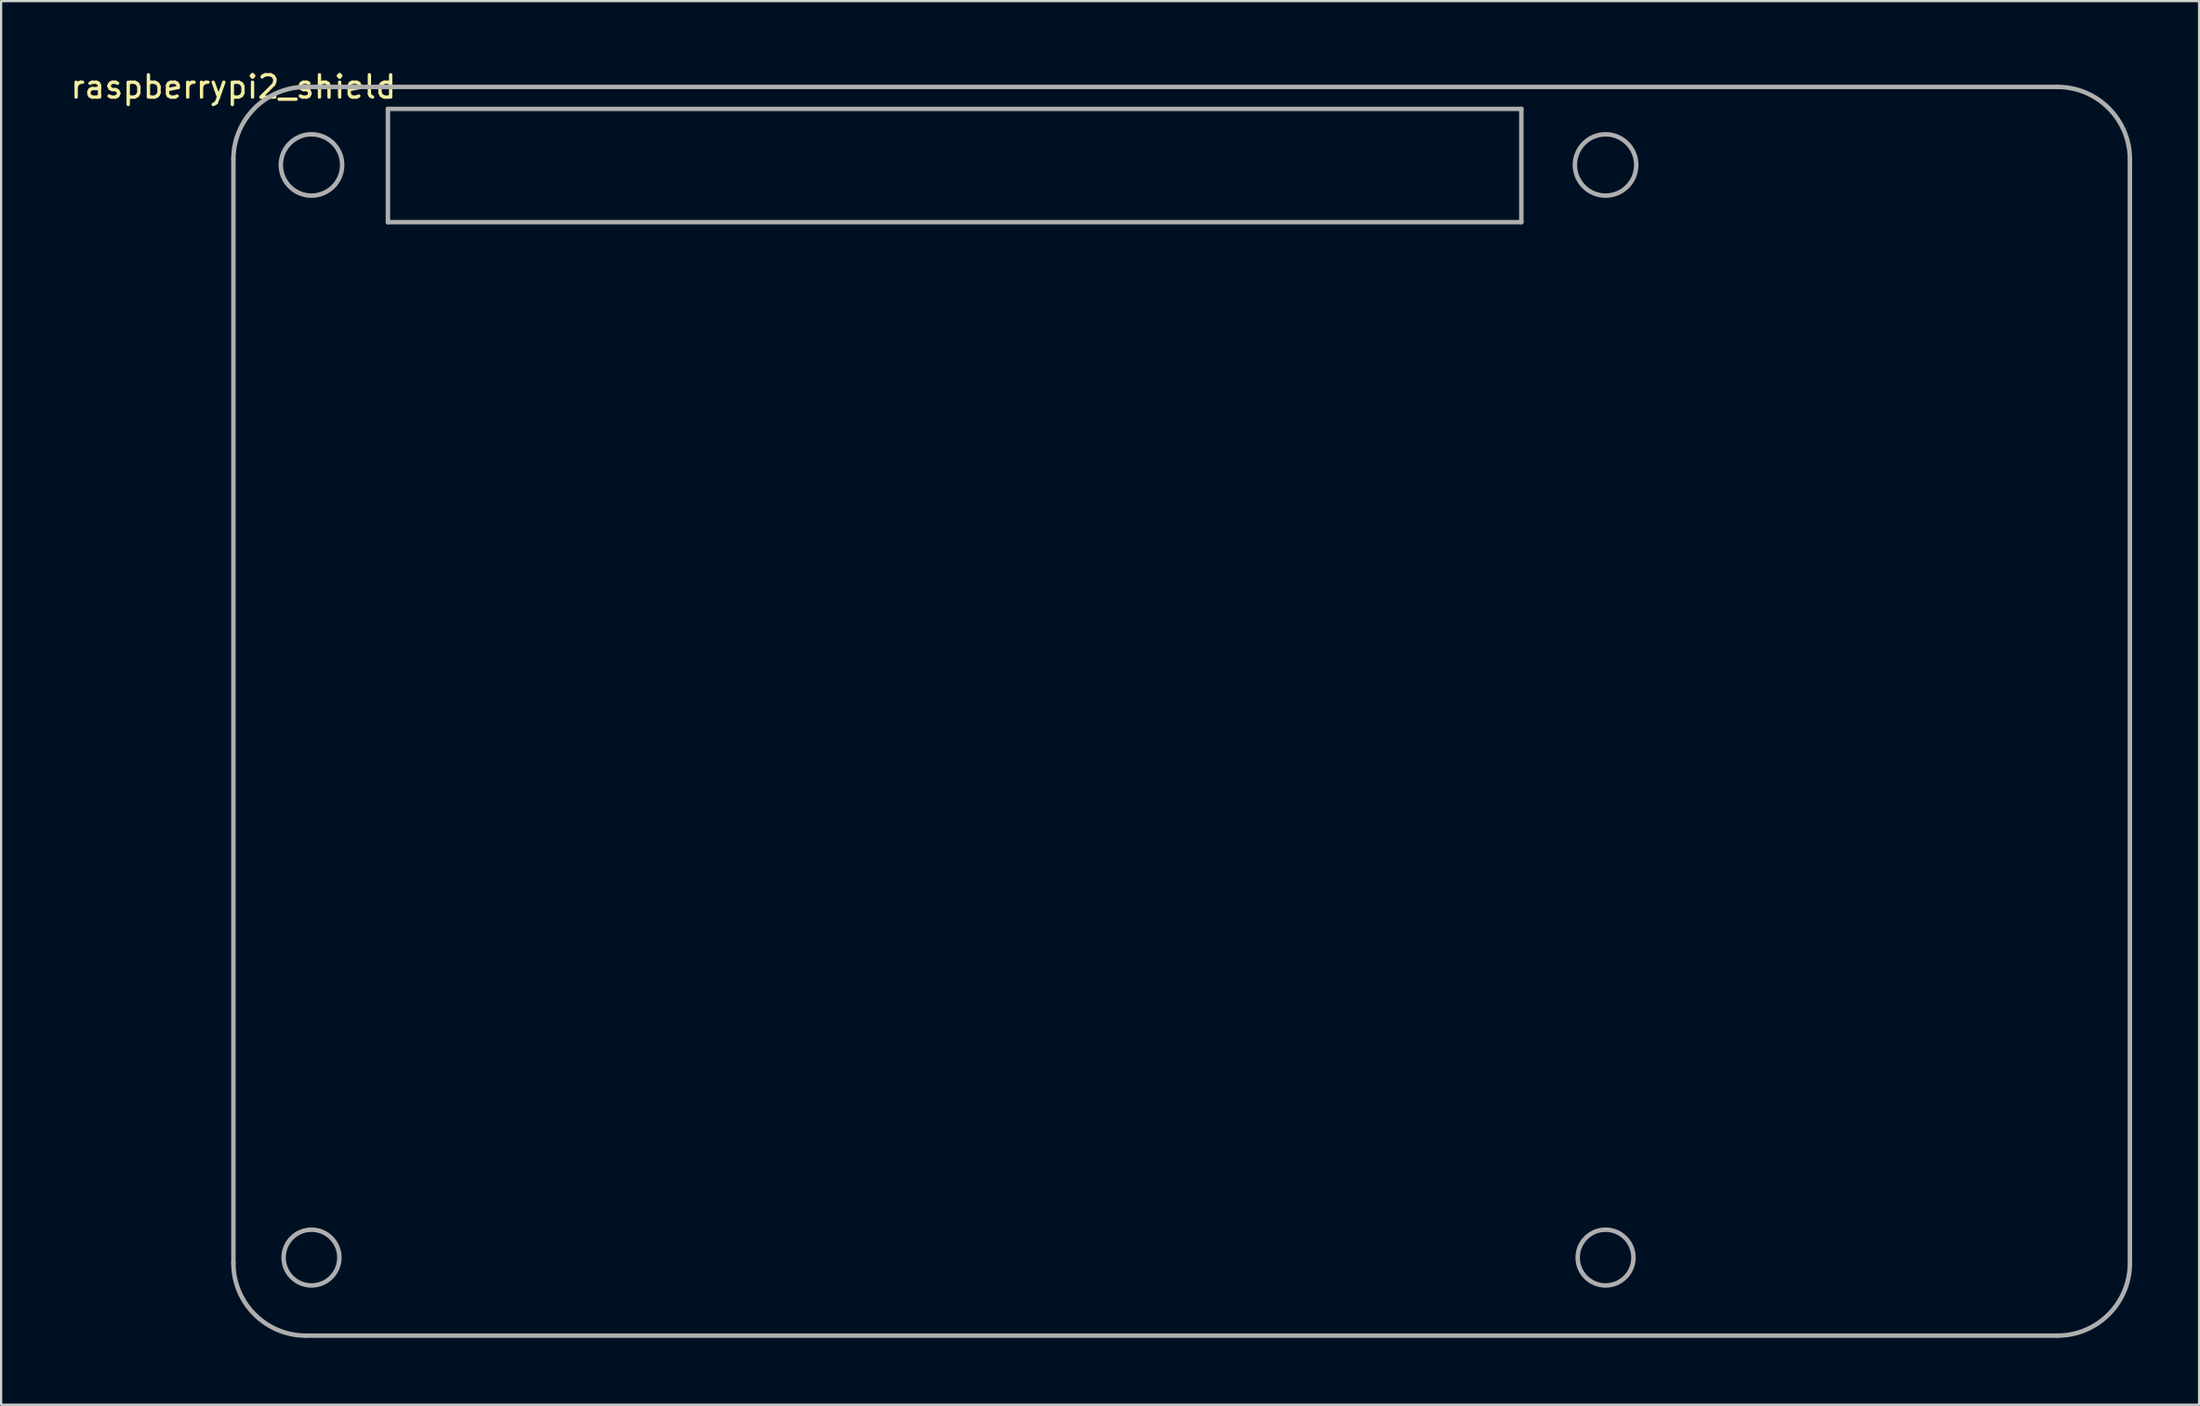
<source format=kicad_pcb>
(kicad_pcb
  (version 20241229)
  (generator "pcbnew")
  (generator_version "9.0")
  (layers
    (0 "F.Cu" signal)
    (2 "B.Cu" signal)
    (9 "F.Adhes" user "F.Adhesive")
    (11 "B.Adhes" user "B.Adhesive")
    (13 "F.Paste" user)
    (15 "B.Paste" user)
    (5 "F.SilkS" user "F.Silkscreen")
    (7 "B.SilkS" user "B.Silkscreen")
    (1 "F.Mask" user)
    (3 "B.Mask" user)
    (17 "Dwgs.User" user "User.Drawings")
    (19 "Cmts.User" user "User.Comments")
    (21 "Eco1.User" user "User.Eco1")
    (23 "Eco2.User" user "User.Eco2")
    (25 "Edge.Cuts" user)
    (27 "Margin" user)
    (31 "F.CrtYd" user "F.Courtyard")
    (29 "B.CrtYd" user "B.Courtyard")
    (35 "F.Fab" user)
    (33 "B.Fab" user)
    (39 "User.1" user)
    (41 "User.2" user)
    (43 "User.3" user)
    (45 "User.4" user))
  (footprint "raspberrypi2_shield"
    (layer "F.Cu")
    (at 7.411 0.848)
    (property "Reference" "raspberrypi2_shield" (at 0 0 0) (layer "F.SilkS") (effects (font (size 1 1) (thickness 0.15))))
    (attr through_hole)
    (fp_line (start 0 52.75) (end 0 3.25) (stroke (width 0.2) (type solid)) (layer "F.Fab"))
    (fp_line (start 6.925 0.985) (end 57.725 0.985) (stroke (width 0.2) (type solid)) (layer "F.Fab"))
    (fp_line (start 6.925 6.065) (end 6.925 0.985) (stroke (width 0.2) (type solid)) (layer "F.Fab"))
    (fp_line (start 57.725 0.985) (end 57.725 6.065) (stroke (width 0.2) (type solid)) (layer "F.Fab"))
    (fp_line (start 57.725 6.065) (end 6.925 6.065) (stroke (width 0.2) (type solid)) (layer "F.Fab"))
    (fp_line (start 81.75 0) (end 3.25 0) (stroke (width 0.2) (type solid)) (layer "F.Fab"))
    (fp_line (start 81.75 56) (end 3.25 56) (stroke (width 0.2) (type solid)) (layer "F.Fab"))
    (fp_line (start 85 52.75) (end 85 3.25) (stroke (width 0.2) (type solid)) (layer "F.Fab"))
    (fp_arc (start 0 3.25) (mid 0.951903 0.951903) (end 3.25 0) (stroke (width 0.2) (type solid)) (layer "F.Fab"))
    (fp_arc (start 3.25 56) (mid 0.951903 55.048097) (end 0 52.75) (stroke (width 0.2) (type solid)) (layer "F.Fab"))
    (fp_arc (start 81.75 0) (mid 84.048097 0.951903) (end 85 3.25) (stroke (width 0.2) (type solid)) (layer "F.Fab"))
    (fp_arc (start 85 52.75) (mid 84.048097 55.048097) (end 81.75 56) (stroke (width 0.2) (type solid)) (layer "F.Fab"))
    (fp_circle (center 3.5 3.5) (end 3.5 2.125) (stroke (width 0.2) (type solid)) (fill no) (layer "F.Fab"))
    (fp_circle (center 3.5 52.5) (end 3.5 51.25) (stroke (width 0.2) (type solid)) (fill no) (layer "F.Fab"))
    (fp_circle (center 61.5 3.5) (end 61.5 2.125) (stroke (width 0.2) (type solid)) (fill no) (layer "F.Fab"))
    (fp_circle (center 61.5 52.5) (end 61.5 51.25) (stroke (width 0.2) (type solid)) (fill no) (layer "F.Fab")))
  (gr_rect
    (start -3 -3)
    (end 95.511 59.948)
    (stroke (width 0.1) (type default))
    (fill no)
    (layer "Edge.Cuts")))
</source>
